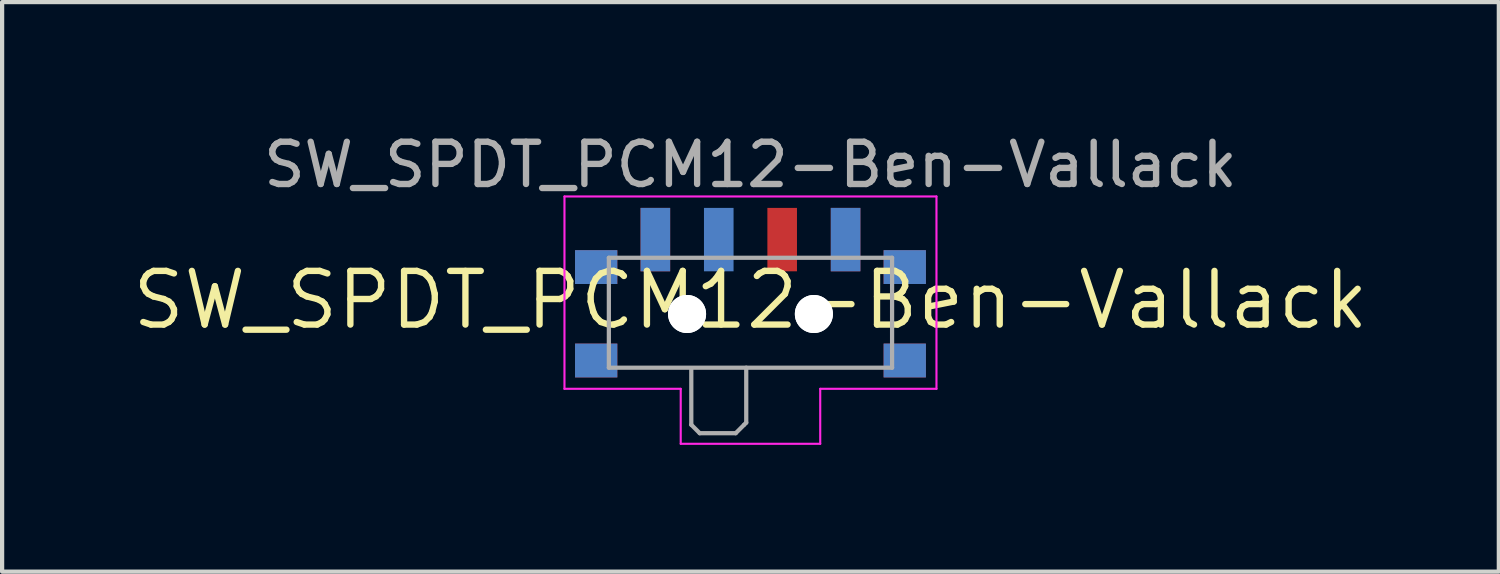
<source format=kicad_pcb>
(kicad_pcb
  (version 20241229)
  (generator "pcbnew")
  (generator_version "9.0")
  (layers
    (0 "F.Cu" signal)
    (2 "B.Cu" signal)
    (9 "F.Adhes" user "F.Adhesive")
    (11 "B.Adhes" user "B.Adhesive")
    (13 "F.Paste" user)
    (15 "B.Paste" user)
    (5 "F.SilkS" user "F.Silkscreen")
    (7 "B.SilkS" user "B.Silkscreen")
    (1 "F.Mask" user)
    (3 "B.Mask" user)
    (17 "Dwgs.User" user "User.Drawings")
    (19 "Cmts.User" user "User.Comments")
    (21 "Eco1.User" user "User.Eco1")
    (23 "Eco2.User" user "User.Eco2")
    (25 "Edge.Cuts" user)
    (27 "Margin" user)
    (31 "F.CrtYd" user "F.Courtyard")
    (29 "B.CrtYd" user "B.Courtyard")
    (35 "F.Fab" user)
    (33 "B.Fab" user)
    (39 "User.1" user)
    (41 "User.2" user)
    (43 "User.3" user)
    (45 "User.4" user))
  (footprint "SW_SPDT_PCM12-Ben-Vallack"
    (layer "F.Cu")
    (at 14.703 4.048)
    (property "Reference" "SW_SPDT_PCM12-Ben-Vallack" (at 0 0 0) (layer "F.SilkS") (effects (font (size 1.27 1.27) (thickness 0.15))))
    (attr smd)
    (fp_line (start -4.4 -2.45) (end 4.4 -2.45) (stroke (width 0.05) (type solid)) (layer "F.CrtYd"))
    (fp_line (start -4.4 2.1) (end -4.4 -2.45) (stroke (width 0.05) (type solid)) (layer "F.CrtYd"))
    (fp_line (start -1.65 2.1) (end -4.4 2.1) (stroke (width 0.05) (type solid)) (layer "F.CrtYd"))
    (fp_line (start -1.65 3.4) (end -1.65 2.1) (stroke (width 0.05) (type solid)) (layer "F.CrtYd"))
    (fp_line (start 1.65 2.1) (end 1.65 3.4) (stroke (width 0.05) (type solid)) (layer "F.CrtYd"))
    (fp_line (start 1.65 3.4) (end -1.65 3.4) (stroke (width 0.05) (type solid)) (layer "F.CrtYd"))
    (fp_line (start 4.4 -2.45) (end 4.4 2.1) (stroke (width 0.05) (type solid)) (layer "F.CrtYd"))
    (fp_line (start 4.4 2.1) (end 1.65 2.1) (stroke (width 0.05) (type solid)) (layer "F.CrtYd"))
    (fp_line (start -3.35 -1) (end -3.35 1.6) (stroke (width 0.1) (type solid)) (layer "F.Fab"))
    (fp_line (start -3.35 1.6) (end 3.35 1.6) (stroke (width 0.1) (type solid)) (layer "F.Fab"))
    (fp_line (start -1.4 1.65) (end -1.4 2.95) (stroke (width 0.1) (type solid)) (layer "F.Fab"))
    (fp_line (start -1.4 2.95) (end -1.2 3.15) (stroke (width 0.1) (type solid)) (layer "F.Fab"))
    (fp_line (start -1.2 3.15) (end -0.35 3.15) (stroke (width 0.1) (type solid)) (layer "F.Fab"))
    (fp_line (start -0.35 3.15) (end -0.15 2.95) (stroke (width 0.1) (type solid)) (layer "F.Fab"))
    (fp_line (start -0.15 2.95) (end -0.1 2.9) (stroke (width 0.1) (type solid)) (layer "F.Fab"))
    (fp_line (start -0.1 2.9) (end -0.1 1.6) (stroke (width 0.1) (type solid)) (layer "F.Fab"))
    (fp_line (start 3.35 -1) (end -3.35 -1) (stroke (width 0.1) (type solid)) (layer "F.Fab"))
    (fp_line (start 3.35 1.6) (end 3.35 -1) (stroke (width 0.1) (type solid)) (layer "F.Fab"))
    (fp_text user "${REFERENCE}" (at 0 -3.2 180) (layer "F.Fab") (effects (font (size 1 1) (thickness 0.15))))
    (pad "" smd rect (at -3.65 -0.78 180) (size 1 0.8) (layers "F.Cu" "F.Mask" "F.Paste"))
    (pad "" smd rect (at -3.65 -0.78 180) (size 1 0.8) (layers "B.Cu" "B.Mask" "B.Paste"))
    (pad "" smd rect (at -3.65 1.43 180) (size 1 0.8) (layers "F.Cu" "F.Mask" "F.Paste"))
    (pad "" smd rect (at -3.65 1.43 180) (size 1 0.8) (layers "B.Cu" "B.Mask" "B.Paste"))
    (pad "" np_thru_hole circle (at -1.5 0.33 180) (size 0.9 0.9) (drill 0.9) (layers "*.Cu" "*.Mask"))
    (pad "" np_thru_hole circle (at -1.5 0.33 180) (size 0.9 0.9) (drill 0.9) (layers "*.Cu" "*.Mask"))
    (pad "" np_thru_hole circle (at 1.5 0.33 180) (size 0.9 0.9) (drill 0.9) (layers "*.Cu" "*.Mask"))
    (pad "" np_thru_hole circle (at 1.5 0.33 180) (size 0.9 0.9) (drill 0.9) (layers "*.Cu" "*.Mask"))
    (pad "" smd rect (at 3.65 -0.78 180) (size 1 0.8) (layers "F.Cu" "F.Mask" "F.Paste"))
    (pad "" smd rect (at 3.65 -0.78 180) (size 1 0.8) (layers "B.Cu" "B.Mask" "B.Paste"))
    (pad "" smd rect (at 3.65 1.43 180) (size 1 0.8) (layers "F.Cu" "F.Mask" "F.Paste"))
    (pad "" smd rect (at 3.65 1.43 180) (size 1 0.8) (layers "B.Cu" "B.Mask" "B.Paste"))
    (pad "1" smd rect (at -2.25 -1.43 180) (size 0.7 1.5) (layers "F.Cu" "F.Mask" "F.Paste"))
    (pad "1" smd rect (at 2.25 -1.43 180) (size 0.7 1.5) (layers "B.Cu" "B.Mask" "B.Paste"))
    (pad "2" smd rect (at -0.75 -1.43 180) (size 0.7 1.5) (layers "B.Cu" "B.Mask" "B.Paste"))
    (pad "2" smd rect (at 0.75 -1.43 180) (size 0.7 1.5) (layers "F.Cu" "F.Mask" "F.Paste"))
    (pad "3" smd rect (at -2.25 -1.43 180) (size 0.7 1.5) (layers "B.Cu" "B.Mask" "B.Paste"))
    (pad "3" smd rect (at 2.25 -1.43 180) (size 0.7 1.5) (layers "F.Cu" "F.Mask" "F.Paste")))
  (gr_rect
    (start -3 -3)
    (end 32.406 10.473)
    (stroke (width 0.1) (type default))
    (fill no)
    (layer "Edge.Cuts")))
</source>
